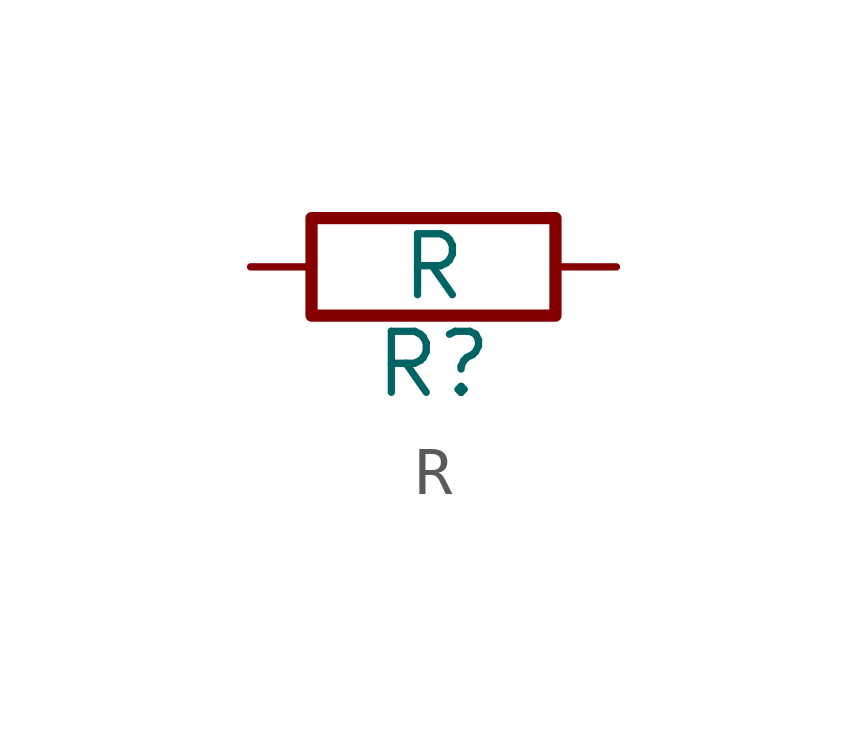
<source format=kicad_sym>
(kicad_symbol_lib
  (version 20231120)
  (generator "kicad_symbol_editor")
  (generator_version "8.0")
  (symbol "R"
    (pin_numbers hide)
    (pin_names
      (offset 0))
    (property "Reference" "R"
      (at 0 -2.032 0)
      (effects (font (size 1.27 1.27))))
    (property "Value" "R"
      (at 0 0 0)
      (effects (font (size 1.27 1.27))))
    (symbol "R_0_1"
      (rectangle (start -2.54 1.016) (end 2.54 -1.016) (stroke (width 0.254) (type default)) (fill (type none))))
    (symbol "R_1_1"
      (pin passive line (at 3.81 0 180) (length 1.27) (name "~" (effects (font (size 1.27 1.27)))) (number "1" (effects (font (size 1.27 1.27)))))
      (pin passive line (at -3.81 0 0) (length 1.27) (name "~" (effects (font (size 1.27 1.27)))) (number "2" (effects (font (size 1.27 1.27))))))))
</source>
